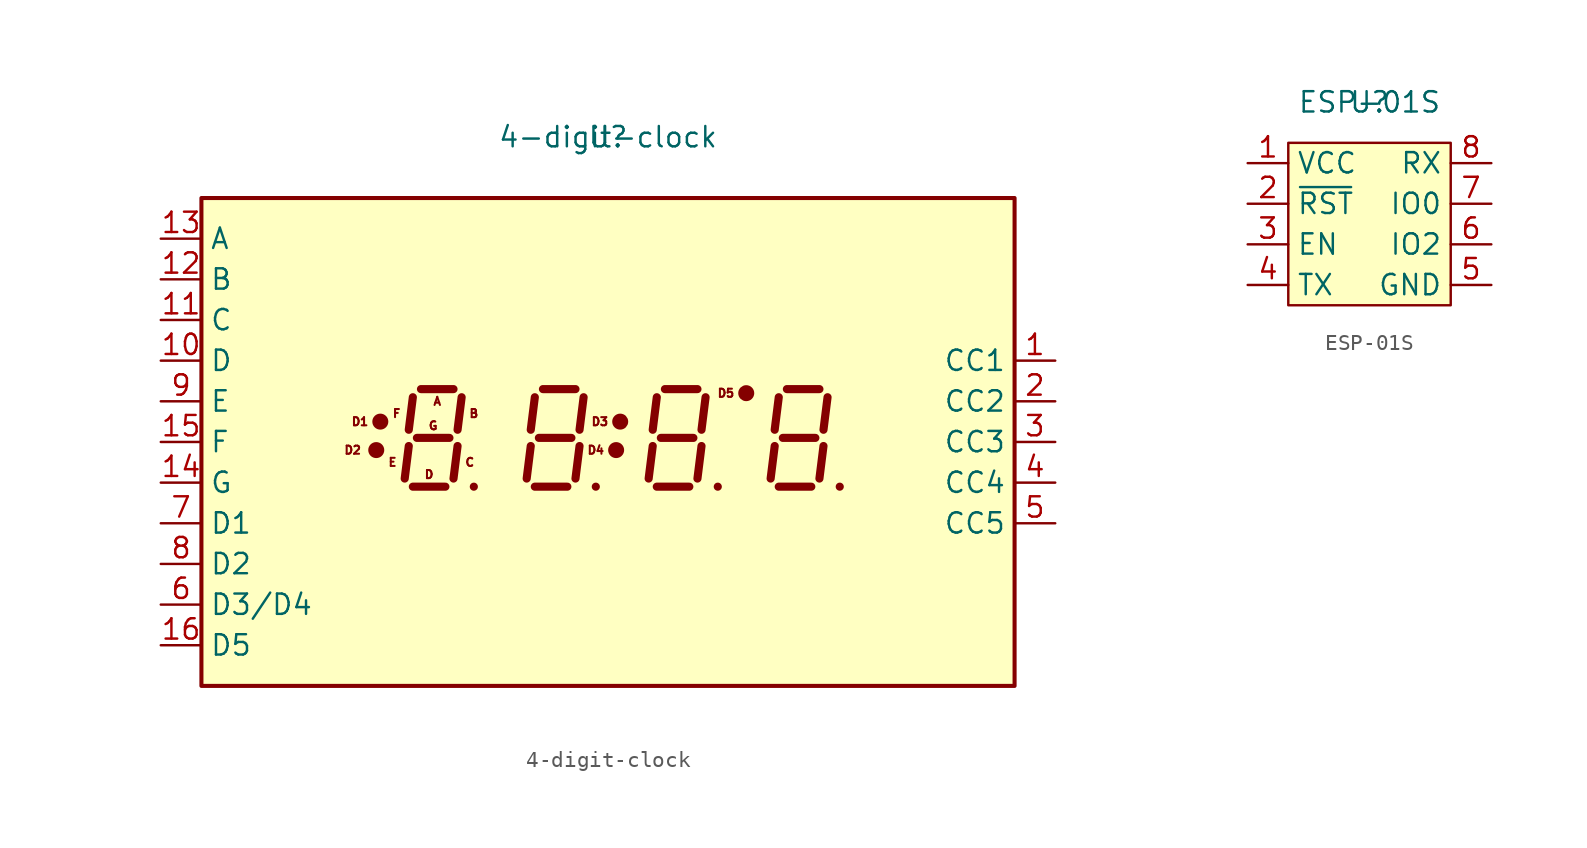
<source format=kicad_sym>
(kicad_symbol_lib
  (version 20211014)
  (generator kicad_symbol_editor)
  (symbol "4-digit-clock"
    (property "Reference" "U"
      (at 0 0 0)
      (effects (font (size 1.27 1.27))))
    (property "Value" "4-digit-clock"
      (at 0 0 0)
      (effects (font (size 1.27 1.27))))
    (symbol "4-digit-clock_0_0"
      (rectangle (start -25.4 -3.81) (end 25.4 -34.29) (stroke (width 0.254) (type default) (color 0 0 0 0)) (fill (type background))))
    (symbol "4-digit-clock_0_1"
      (circle (center -14.478 -19.558) (radius 0.0001) (stroke (width 0.5) (type default) (color 0 0 0 0)) (fill (type none)))
      (circle (center -14.224 -17.78) (radius 0.0001) (stroke (width 0.5) (type default) (color 0 0 0 0)) (fill (type none)))
      (circle (center 0.508 -19.558) (radius 0.0001) (stroke (width 0.5) (type default) (color 0 0 0 0)) (fill (type none)))
      (circle (center 0.762 -17.78) (radius 0.0001) (stroke (width 0.5) (type default) (color 0 0 0 0)) (fill (type none)))
      (circle (center 8.636 -16.002) (radius 0.0001) (stroke (width 0.5) (type default) (color 0 0 0 0)) (fill (type none))))
    (symbol "4-digit-clock_1_0"
      (text "A" (at -10.668 -16.51 0) (effects (font (size 0.508 0.508))))
      (text "B" (at -8.382 -17.272 0) (effects (font (size 0.508 0.508))))
      (text "C" (at -8.636 -20.32 0) (effects (font (size 0.508 0.508))))
      (text "D" (at -11.176 -21.082 0) (effects (font (size 0.508 0.508))))
      (text "D1" (at -15.494 -17.78 0) (effects (font (size 0.508 0.508))))
      (text "D2" (at -15.951 -19.558 0) (effects (font (size 0.508 0.508))))
      (text "D3" (at -0.508 -17.78 0) (effects (font (size 0.508 0.508))))
      (text "D4" (at -0.762 -19.558 0) (effects (font (size 0.508 0.508))))
      (text "D5" (at 7.366 -16.002 0) (effects (font (size 0.508 0.508))))
      (text "E" (at -13.462 -20.32 0) (effects (font (size 0.508 0.508))))
      (text "F" (at -13.208 -17.272 0) (effects (font (size 0.508 0.508))))
      (text "G" (at -10.922 -18.034 0) (effects (font (size 0.508 0.508)))))
    (symbol "4-digit-clock_1_1"
      (polyline (pts (xy -12.446 -19.304) (xy -12.7 -21.336)) (stroke (width 0.508) (type default) (color 0 0 0 0)) (fill (type none)))
      (polyline (pts (xy -12.192 -21.844) (xy -10.16 -21.844)) (stroke (width 0.508) (type default) (color 0 0 0 0)) (fill (type none)))
      (polyline (pts (xy -12.192 -16.256) (xy -12.446 -18.288)) (stroke (width 0.508) (type default) (color 0 0 0 0)) (fill (type none)))
      (polyline (pts (xy -11.938 -18.796) (xy -9.906 -18.796)) (stroke (width 0.508) (type default) (color 0 0 0 0)) (fill (type none)))
      (polyline (pts (xy -11.684 -15.748) (xy -9.652 -15.748)) (stroke (width 0.508) (type default) (color 0 0 0 0)) (fill (type none)))
      (polyline (pts (xy -9.398 -19.304) (xy -9.652 -21.336)) (stroke (width 0.508) (type default) (color 0 0 0 0)) (fill (type none)))
      (polyline (pts (xy -9.144 -16.256) (xy -9.398 -18.288)) (stroke (width 0.508) (type default) (color 0 0 0 0)) (fill (type none)))
      (polyline (pts (xy -8.382 -21.844) (xy -8.382 -21.844)) (stroke (width 0.508) (type default) (color 0 0 0 0)) (fill (type none)))
      (polyline (pts (xy -4.826 -19.304) (xy -5.08 -21.336)) (stroke (width 0.508) (type default) (color 0 0 0 0)) (fill (type none)))
      (polyline (pts (xy -4.572 -21.844) (xy -2.54 -21.844)) (stroke (width 0.508) (type default) (color 0 0 0 0)) (fill (type none)))
      (polyline (pts (xy -4.572 -16.256) (xy -4.826 -18.288)) (stroke (width 0.508) (type default) (color 0 0 0 0)) (fill (type none)))
      (polyline (pts (xy -4.318 -18.796) (xy -2.286 -18.796)) (stroke (width 0.508) (type default) (color 0 0 0 0)) (fill (type none)))
      (polyline (pts (xy -4.064 -15.748) (xy -2.032 -15.748)) (stroke (width 0.508) (type default) (color 0 0 0 0)) (fill (type none)))
      (polyline (pts (xy -1.778 -19.304) (xy -2.032 -21.336)) (stroke (width 0.508) (type default) (color 0 0 0 0)) (fill (type none)))
      (polyline (pts (xy -1.524 -16.256) (xy -1.778 -18.288)) (stroke (width 0.508) (type default) (color 0 0 0 0)) (fill (type none)))
      (polyline (pts (xy -0.762 -21.844) (xy -0.762 -21.844)) (stroke (width 0.508) (type default) (color 0 0 0 0)) (fill (type none)))
      (polyline (pts (xy 2.794 -19.304) (xy 2.54 -21.336)) (stroke (width 0.508) (type default) (color 0 0 0 0)) (fill (type none)))
      (polyline (pts (xy 3.048 -21.844) (xy 5.08 -21.844)) (stroke (width 0.508) (type default) (color 0 0 0 0)) (fill (type none)))
      (polyline (pts (xy 3.048 -16.256) (xy 2.794 -18.288)) (stroke (width 0.508) (type default) (color 0 0 0 0)) (fill (type none)))
      (polyline (pts (xy 3.302 -18.796) (xy 5.334 -18.796)) (stroke (width 0.508) (type default) (color 0 0 0 0)) (fill (type none)))
      (polyline (pts (xy 3.556 -15.748) (xy 5.588 -15.748)) (stroke (width 0.508) (type default) (color 0 0 0 0)) (fill (type none)))
      (polyline (pts (xy 5.842 -19.304) (xy 5.588 -21.336)) (stroke (width 0.508) (type default) (color 0 0 0 0)) (fill (type none)))
      (polyline (pts (xy 6.096 -16.256) (xy 5.842 -18.288)) (stroke (width 0.508) (type default) (color 0 0 0 0)) (fill (type none)))
      (polyline (pts (xy 6.858 -21.844) (xy 6.858 -21.844)) (stroke (width 0.508) (type default) (color 0 0 0 0)) (fill (type none)))
      (polyline (pts (xy 10.414 -19.304) (xy 10.16 -21.336)) (stroke (width 0.508) (type default) (color 0 0 0 0)) (fill (type none)))
      (polyline (pts (xy 10.668 -21.844) (xy 12.7 -21.844)) (stroke (width 0.508) (type default) (color 0 0 0 0)) (fill (type none)))
      (polyline (pts (xy 10.668 -16.256) (xy 10.414 -18.288)) (stroke (width 0.508) (type default) (color 0 0 0 0)) (fill (type none)))
      (polyline (pts (xy 10.922 -18.796) (xy 12.954 -18.796)) (stroke (width 0.508) (type default) (color 0 0 0 0)) (fill (type none)))
      (polyline (pts (xy 11.176 -15.748) (xy 13.208 -15.748)) (stroke (width 0.508) (type default) (color 0 0 0 0)) (fill (type none)))
      (polyline (pts (xy 13.462 -19.304) (xy 13.208 -21.336)) (stroke (width 0.508) (type default) (color 0 0 0 0)) (fill (type none)))
      (polyline (pts (xy 13.716 -16.256) (xy 13.462 -18.288)) (stroke (width 0.508) (type default) (color 0 0 0 0)) (fill (type none)))
      (polyline (pts (xy 14.478 -21.844) (xy 14.478 -21.844)) (stroke (width 0.508) (type default) (color 0 0 0 0)) (fill (type none)))
      (pin input line (at 27.94 -13.97 180) (length 2.54) (name "CC1" (effects (font (size 1.27 1.27)))) (number "1" (effects (font (size 1.27 1.27)))))
      (pin input line (at -27.94 -13.97 0) (length 2.54) (name "D" (effects (font (size 1.27 1.27)))) (number "10" (effects (font (size 1.27 1.27)))))
      (pin input line (at -27.94 -11.43 0) (length 2.54) (name "C" (effects (font (size 1.27 1.27)))) (number "11" (effects (font (size 1.27 1.27)))))
      (pin input line (at -27.94 -8.89 0) (length 2.54) (name "B" (effects (font (size 1.27 1.27)))) (number "12" (effects (font (size 1.27 1.27)))))
      (pin input line (at -27.94 -6.35 0) (length 2.54) (name "A" (effects (font (size 1.27 1.27)))) (number "13" (effects (font (size 1.27 1.27)))))
      (pin input line (at -27.94 -21.59 0) (length 2.54) (name "G" (effects (font (size 1.27 1.27)))) (number "14" (effects (font (size 1.27 1.27)))))
      (pin input line (at -27.94 -19.05 0) (length 2.54) (name "F" (effects (font (size 1.27 1.27)))) (number "15" (effects (font (size 1.27 1.27)))))
      (pin input line (at -27.94 -31.75 0) (length 2.54) (name "D5" (effects (font (size 1.27 1.27)))) (number "16" (effects (font (size 1.27 1.27)))))
      (pin input line (at 27.94 -16.51 180) (length 2.54) (name "CC2" (effects (font (size 1.27 1.27)))) (number "2" (effects (font (size 1.27 1.27)))))
      (pin input line (at 27.94 -19.05 180) (length 2.54) (name "CC3" (effects (font (size 1.27 1.27)))) (number "3" (effects (font (size 1.27 1.27)))))
      (pin input line (at 27.94 -21.59 180) (length 2.54) (name "CC4" (effects (font (size 1.27 1.27)))) (number "4" (effects (font (size 1.27 1.27)))))
      (pin input line (at 27.94 -24.13 180) (length 2.54) (name "CC5" (effects (font (size 1.27 1.27)))) (number "5" (effects (font (size 1.27 1.27)))))
      (pin input line (at -27.94 -29.21 0) (length 2.54) (name "D3/D4" (effects (font (size 1.27 1.27)))) (number "6" (effects (font (size 1.27 1.27)))))
      (pin input line (at -27.94 -24.13 0) (length 2.54) (name "D1" (effects (font (size 1.27 1.27)))) (number "7" (effects (font (size 1.27 1.27)))))
      (pin input line (at -27.94 -26.67 0) (length 2.54) (name "D2" (effects (font (size 1.27 1.27)))) (number "8" (effects (font (size 1.27 1.27)))))
      (pin input line (at -27.94 -16.51 0) (length 2.54) (name "E" (effects (font (size 1.27 1.27)))) (number "9" (effects (font (size 1.27 1.27)))))))
  (symbol "ESP-01S"
    (property "Reference" "U"
      (at 0 0 0)
      (effects (font (size 1.27 1.27))))
    (property "Value" "ESP-01S"
      (at 0 0 0)
      (effects (font (size 1.27 1.27))))
    (symbol "ESP-01S_0_1"
      (rectangle (start -5.08 -2.54) (end 5.08 -12.7) (stroke (width 0) (type default) (color 0 0 0 0)) (fill (type background))))
    (symbol "ESP-01S_1_1"
      (pin power_in line (at -7.62 -3.81 0) (length 2.54) (name "VCC" (effects (font (size 1.27 1.27)))) (number "1" (effects (font (size 1.27 1.27)))))
      (pin input line (at -7.62 -6.35 0) (length 2.54) (name "~{RST}" (effects (font (size 1.27 1.27)))) (number "2" (effects (font (size 1.27 1.27)))))
      (pin input line (at -7.62 -8.89 0) (length 2.54) (name "EN" (effects (font (size 1.27 1.27)))) (number "3" (effects (font (size 1.27 1.27)))))
      (pin output line (at -7.62 -11.43 0) (length 2.54) (name "TX" (effects (font (size 1.27 1.27)))) (number "4" (effects (font (size 1.27 1.27)))))
      (pin power_in line (at 7.62 -11.43 180) (length 2.54) (name "GND" (effects (font (size 1.27 1.27)))) (number "5" (effects (font (size 1.27 1.27)))))
      (pin bidirectional line (at 7.62 -8.89 180) (length 2.54) (name "IO2" (effects (font (size 1.27 1.27)))) (number "6" (effects (font (size 1.27 1.27)))))
      (pin bidirectional line (at 7.62 -6.35 180) (length 2.54) (name "IO0" (effects (font (size 1.27 1.27)))) (number "7" (effects (font (size 1.27 1.27)))))
      (pin input line (at 7.62 -3.81 180) (length 2.54) (name "RX" (effects (font (size 1.27 1.27)))) (number "8" (effects (font (size 1.27 1.27))))))))
</source>
